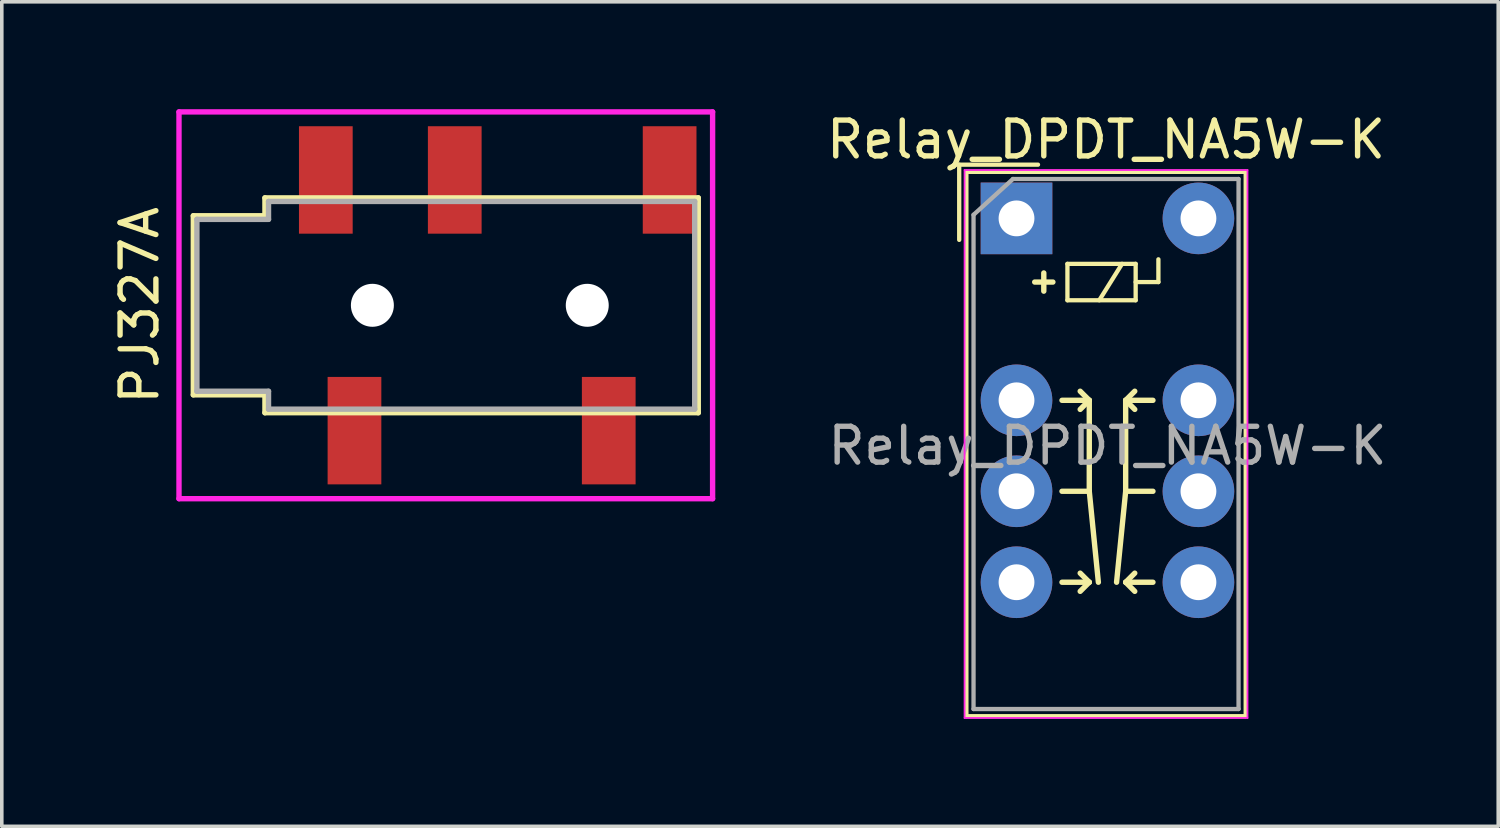
<source format=kicad_pcb>
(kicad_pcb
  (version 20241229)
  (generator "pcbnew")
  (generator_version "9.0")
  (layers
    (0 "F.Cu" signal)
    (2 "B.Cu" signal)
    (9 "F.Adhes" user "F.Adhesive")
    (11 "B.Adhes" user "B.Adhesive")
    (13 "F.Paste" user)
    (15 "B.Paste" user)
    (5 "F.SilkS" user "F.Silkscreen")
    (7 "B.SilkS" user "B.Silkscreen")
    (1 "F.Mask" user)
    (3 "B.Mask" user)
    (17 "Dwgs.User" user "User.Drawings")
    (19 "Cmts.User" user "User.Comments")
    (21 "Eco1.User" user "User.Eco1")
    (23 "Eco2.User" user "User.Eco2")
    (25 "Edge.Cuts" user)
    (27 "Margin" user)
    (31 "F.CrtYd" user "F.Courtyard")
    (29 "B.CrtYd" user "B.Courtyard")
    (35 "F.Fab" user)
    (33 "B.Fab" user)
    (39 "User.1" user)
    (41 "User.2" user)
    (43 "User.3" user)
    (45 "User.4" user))
  (footprint "Relay_DPDT_NA5W-K"
    (layer "F.Cu")
    (at 25.334 3.048)
    (property "Reference" "Relay_DPDT_NA5W-K" (at 2.5 -2.2 0) (layer "F.SilkS") (effects (font (size 1 1) (thickness 0.15))))
    (attr through_hole)
    (fp_line (start -1.6 -1.5) (end 0.6 -1.5) (stroke (width 0.12) (type solid)) (layer "F.SilkS"))
    (fp_line (start -1.6 0.6) (end -1.6 -1.5) (stroke (width 0.12) (type solid)) (layer "F.SilkS"))
    (fp_line (start -1.4 -1.3) (end 6.4 -1.3) (stroke (width 0.12) (type solid)) (layer "F.SilkS"))
    (fp_line (start -1.4 13.9) (end -1.4 -1.3) (stroke (width 0.12) (type solid)) (layer "F.SilkS"))
    (fp_line (start 0.508 1.778) (end 1.016 1.778) (stroke (width 0.15) (type solid)) (layer "F.SilkS"))
    (fp_line (start 0.762 1.524) (end 0.762 2.032) (stroke (width 0.15) (type solid)) (layer "F.SilkS"))
    (fp_line (start 1.27 5.08) (end 2.032 5.08) (stroke (width 0.15) (type solid)) (layer "F.SilkS"))
    (fp_line (start 1.27 7.62) (end 2.032 7.62) (stroke (width 0.15) (type solid)) (layer "F.SilkS"))
    (fp_line (start 1.27 10.16) (end 2.032 10.16) (stroke (width 0.15) (type solid)) (layer "F.SilkS"))
    (fp_line (start 1.422 1.27) (end 1.422 2.286) (stroke (width 0.12) (type solid)) (layer "F.SilkS"))
    (fp_line (start 1.422 2.286) (end 3.327 2.286) (stroke (width 0.12) (type solid)) (layer "F.SilkS"))
    (fp_line (start 2.032 5.08) (end 1.778 4.826) (stroke (width 0.15) (type solid)) (layer "F.SilkS"))
    (fp_line (start 2.032 5.08) (end 1.778 5.334) (stroke (width 0.15) (type solid)) (layer "F.SilkS"))
    (fp_line (start 2.032 7.62) (end 2.032 5.08) (stroke (width 0.15) (type solid)) (layer "F.SilkS"))
    (fp_line (start 2.032 7.62) (end 2.286 10.16) (stroke (width 0.15) (type solid)) (layer "F.SilkS"))
    (fp_line (start 2.032 10.16) (end 1.778 9.906) (stroke (width 0.15) (type solid)) (layer "F.SilkS"))
    (fp_line (start 2.032 10.16) (end 1.778 10.414) (stroke (width 0.15) (type solid)) (layer "F.SilkS"))
    (fp_line (start 2.946 1.27) (end 2.311 2.286) (stroke (width 0.12) (type solid)) (layer "F.SilkS"))
    (fp_line (start 3.048 5.08) (end 3.302 4.826) (stroke (width 0.15) (type solid)) (layer "F.SilkS"))
    (fp_line (start 3.048 5.08) (end 3.302 5.334) (stroke (width 0.15) (type solid)) (layer "F.SilkS"))
    (fp_line (start 3.048 7.62) (end 2.794 10.16) (stroke (width 0.15) (type solid)) (layer "F.SilkS"))
    (fp_line (start 3.048 7.62) (end 3.048 5.08) (stroke (width 0.15) (type solid)) (layer "F.SilkS"))
    (fp_line (start 3.048 10.16) (end 3.302 9.906) (stroke (width 0.15) (type solid)) (layer "F.SilkS"))
    (fp_line (start 3.048 10.16) (end 3.302 10.414) (stroke (width 0.15) (type solid)) (layer "F.SilkS"))
    (fp_line (start 3.327 1.27) (end 1.422 1.27) (stroke (width 0.12) (type solid)) (layer "F.SilkS"))
    (fp_line (start 3.327 1.27) (end 3.327 2.286) (stroke (width 0.12) (type solid)) (layer "F.SilkS"))
    (fp_line (start 3.81 5.08) (end 3.048 5.08) (stroke (width 0.15) (type solid)) (layer "F.SilkS"))
    (fp_line (start 3.81 7.62) (end 3.048 7.62) (stroke (width 0.15) (type solid)) (layer "F.SilkS"))
    (fp_line (start 3.81 10.16) (end 3.048 10.16) (stroke (width 0.15) (type solid)) (layer "F.SilkS"))
    (fp_line (start 3.962 1.143) (end 3.962 1.778) (stroke (width 0.12) (type solid)) (layer "F.SilkS"))
    (fp_line (start 3.962 1.778) (end 3.327 1.778) (stroke (width 0.12) (type solid)) (layer "F.SilkS"))
    (fp_line (start 6.4 -1.3) (end 6.4 13.9) (stroke (width 0.12) (type solid)) (layer "F.SilkS"))
    (fp_line (start 6.4 13.9) (end -1.4 13.9) (stroke (width 0.12) (type solid)) (layer "F.SilkS"))
    (fp_line (start -1.45 -1.35) (end -1.45 13.95) (stroke (width 0.05) (type solid)) (layer "F.CrtYd"))
    (fp_line (start -1.45 -1.35) (end 6.45 -1.35) (stroke (width 0.05) (type solid)) (layer "F.CrtYd"))
    (fp_line (start 6.45 13.95) (end -1.45 13.95) (stroke (width 0.05) (type solid)) (layer "F.CrtYd"))
    (fp_line (start 6.45 13.95) (end 6.45 -1.35) (stroke (width 0.05) (type solid)) (layer "F.CrtYd"))
    (fp_line (start -1.2 -0.1) (end -0.1 -1.1) (stroke (width 0.12) (type solid)) (layer "F.Fab"))
    (fp_line (start -1.2 13.7) (end -1.2 -0.1) (stroke (width 0.12) (type solid)) (layer "F.Fab"))
    (fp_line (start -0.1 -1.1) (end 6.2 -1.1) (stroke (width 0.12) (type solid)) (layer "F.Fab"))
    (fp_line (start 6.2 -1.1) (end 6.2 13.7) (stroke (width 0.12) (type solid)) (layer "F.Fab"))
    (fp_line (start 6.2 13.7) (end -1.2 13.7) (stroke (width 0.12) (type solid)) (layer "F.Fab"))
    (fp_text user "${REFERENCE}" (at 2.54 6.35 0) (layer "F.Fab") (effects (font (size 1 1) (thickness 0.15))))
    (pad "1" thru_hole rect (at 0 0) (size 2 2) (drill 1) (layers "*.Cu" "*.Mask"))
    (pad "3" thru_hole circle (at 0 5.08) (size 2 2) (drill 1) (layers "*.Cu" "*.Mask"))
    (pad "4" thru_hole circle (at 0 7.62 270) (size 2 2) (drill 1) (layers "*.Cu" "*.Mask"))
    (pad "5" thru_hole circle (at 0 10.16) (size 2 2) (drill 1) (layers "*.Cu" "*.Mask"))
    (pad "8" thru_hole circle (at 5.08 10.16) (size 2 2) (drill 1) (layers "*.Cu" "*.Mask"))
    (pad "9" thru_hole circle (at 5.08 7.62 270) (size 2 2) (drill 1) (layers "*.Cu" "*.Mask"))
    (pad "10" thru_hole circle (at 5.08 5.08) (size 2 2) (drill 1) (layers "*.Cu" "*.Mask"))
    (pad "12" thru_hole circle (at 5.08 0) (size 2 2) (drill 1) (layers "*.Cu" "*.Mask")))
  (footprint "PJ327A"
    (layer "F.Cu")
    (at 4.348 5.475)
    (property "Reference" "PJ327A" (at -3.5 0 90) (layer "F.SilkS") (effects (font (size 1 1) (thickness 0.15))))
    (attr through_hole)
    (fp_line (start -2 -2.5) (end -2 2.5) (stroke (width 0.15) (type solid)) (layer "F.SilkS"))
    (fp_line (start -2 2.5) (end 0 2.5) (stroke (width 0.15) (type solid)) (layer "F.SilkS"))
    (fp_line (start 0 -2.5) (end -2 -2.5) (stroke (width 0.15) (type solid)) (layer "F.SilkS"))
    (fp_line (start 0 -2.5) (end 0 -3) (stroke (width 0.15) (type solid)) (layer "F.SilkS"))
    (fp_line (start 0 3) (end 0 2.5) (stroke (width 0.15) (type solid)) (layer "F.SilkS"))
    (fp_line (start 0 3) (end 12.1 3) (stroke (width 0.15) (type solid)) (layer "F.SilkS"))
    (fp_line (start 12.1 -3) (end 0 -3) (stroke (width 0.15) (type solid)) (layer "F.SilkS"))
    (fp_line (start 12.1 3) (end 12.1 -3) (stroke (width 0.15) (type solid)) (layer "F.SilkS"))
    (fp_line (start -2.4 -5.4) (end -2.4 5.4) (stroke (width 0.15) (type solid)) (layer "F.CrtYd"))
    (fp_line (start -2.4 5.4) (end 12.5 5.4) (stroke (width 0.15) (type solid)) (layer "F.CrtYd"))
    (fp_line (start 12.5 -5.4) (end -2.4 -5.4) (stroke (width 0.15) (type solid)) (layer "F.CrtYd"))
    (fp_line (start 12.5 5.4) (end 12.5 -5.4) (stroke (width 0.15) (type solid)) (layer "F.CrtYd"))
    (fp_line (start -1.9 -2.4) (end 0.1 -2.4) (stroke (width 0.15) (type solid)) (layer "F.Fab"))
    (fp_line (start -1.9 2.4) (end -1.9 -2.4) (stroke (width 0.15) (type solid)) (layer "F.Fab"))
    (fp_line (start 0.1 -2.9) (end 12 -2.9) (stroke (width 0.15) (type solid)) (layer "F.Fab"))
    (fp_line (start 0.1 -2.4) (end 0.1 -2.9) (stroke (width 0.15) (type solid)) (layer "F.Fab"))
    (fp_line (start 0.1 2.4) (end -1.9 2.4) (stroke (width 0.15) (type solid)) (layer "F.Fab"))
    (fp_line (start 0.1 2.9) (end 0.1 2.4) (stroke (width 0.15) (type solid)) (layer "F.Fab"))
    (fp_line (start 12 -2.9) (end 12 2.9) (stroke (width 0.15) (type solid)) (layer "F.Fab"))
    (fp_line (start 12 2.9) (end 0.1 2.9) (stroke (width 0.15) (type solid)) (layer "F.Fab"))
    (pad "" np_thru_hole circle (at 3 0) (size 1.2 1.2) (drill 1.2) (layers "*.Cu" "*.Mask" "B.Adhes"))
    (pad "" np_thru_hole circle (at 9 0) (size 1.2 1.2) (drill 1.2) (layers "*.Cu" "*.Mask"))
    (pad "2" smd rect (at 9.6 3.5) (size 1.5 3) (layers "F.Cu" "F.Mask" "F.Paste"))
    (pad "3" smd rect (at 2.5 3.5) (size 1.5 3) (layers "F.Cu" "F.Mask" "F.Paste"))
    (pad "4" smd rect (at 1.7 -3.5) (size 1.5 3) (layers "F.Cu" "F.Mask" "F.Paste"))
    (pad "5" smd rect (at 5.3 -3.5) (size 1.5 3) (layers "F.Cu" "F.Mask" "F.Paste"))
    (pad "6" smd rect (at 11.3 -3.5) (size 1.5 3) (layers "F.Cu" "F.Mask" "F.Paste")))
  (gr_rect
    (start -3 -3)
    (end 38.785 20.023)
    (stroke (width 0.1) (type default))
    (fill no)
    (layer "Edge.Cuts")))
</source>
